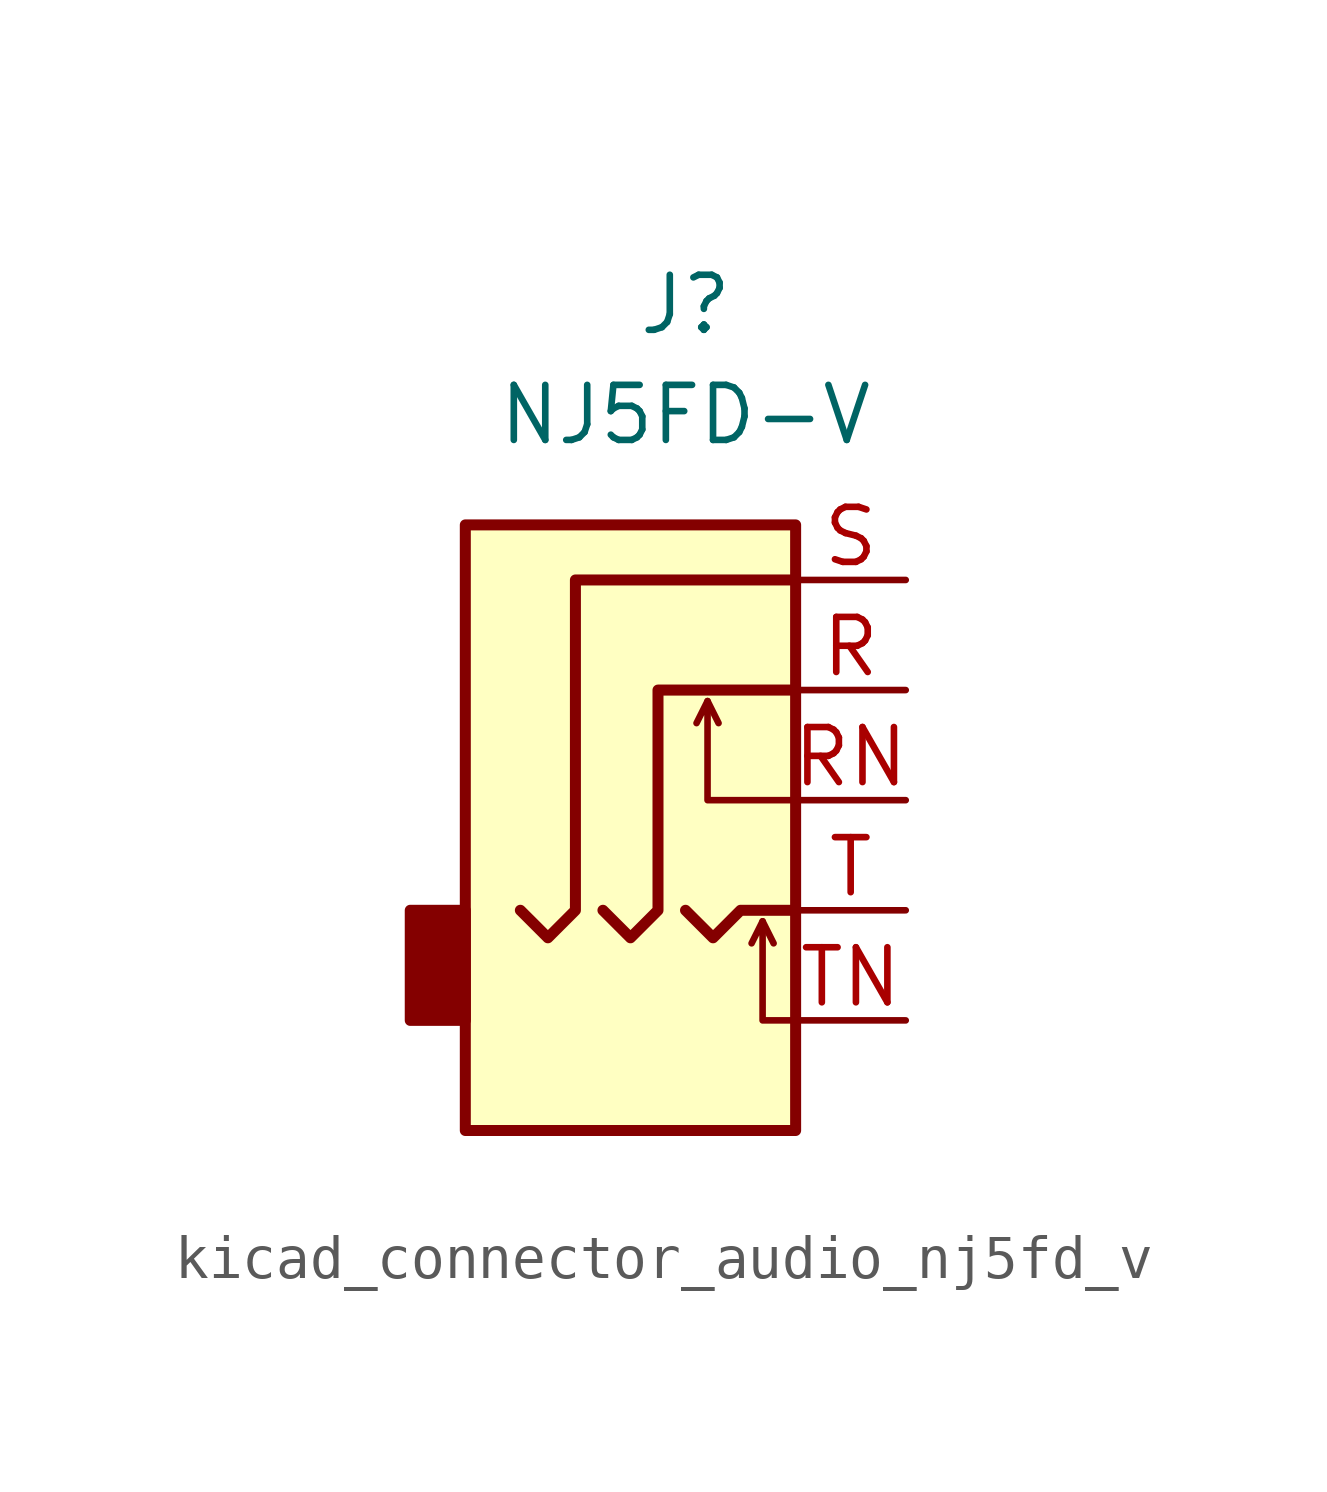
<source format=kicad_sym>
(kicad_symbol_lib
  (version 20220914)
  (generator kicad_symbol_editor)
  (symbol "kicad_connector_audio_nj5fd_v"
    (property "Reference" "J"
      (at 0 8.89 0)
      (effects (font (size 1.27 1.27))))
    (property "Value" "NJ5FD-V"
      (at 0 6.35 0)
      (effects (font (size 1.27 1.27))))
    (symbol "kicad_connector_audio_nj5fd_v_0_1"
      (rectangle (start -5.08 -5.08) (end -6.35 -7.62) (stroke (width 0.254) (type default)) (fill (type outline)))
      (polyline (pts (xy 0.508 -0.254) (xy 0.762 -0.762)) (stroke (width 0) (type default)) (fill (type none)))
      (polyline (pts (xy 1.778 -5.334) (xy 2.032 -5.842)) (stroke (width 0) (type default)) (fill (type none)))
      (polyline (pts (xy 0 -5.08) (xy 0.635 -5.715) (xy 1.27 -5.08) (xy 2.54 -5.08)) (stroke (width 0.254) (type default)) (fill (type none)))
      (polyline (pts (xy 2.54 -7.62) (xy 1.778 -7.62) (xy 1.778 -5.334) (xy 1.524 -5.842)) (stroke (width 0) (type default)) (fill (type none)))
      (polyline (pts (xy 2.54 -2.54) (xy 0.508 -2.54) (xy 0.508 -0.254) (xy 0.254 -0.762)) (stroke (width 0) (type default)) (fill (type none)))
      (polyline (pts (xy -1.905 -5.08) (xy -1.27 -5.715) (xy -0.635 -5.08) (xy -0.635 0) (xy 2.54 0)) (stroke (width 0.254) (type default)) (fill (type none)))
      (polyline (pts (xy 2.54 2.54) (xy -2.54 2.54) (xy -2.54 -5.08) (xy -3.175 -5.715) (xy -3.81 -5.08)) (stroke (width 0.254) (type default)) (fill (type none)))
      (rectangle (start 2.54 3.81) (end -5.08 -10.16) (stroke (width 0.254) (type default)) (fill (type background))))
    (symbol "kicad_connector_audio_nj5fd_v_1_1"
      (pin passive line (at 5.08 0 180) (length 2.54) (name "~" (effects (font (size 1.27 1.27)))) (number "R" (effects (font (size 1.27 1.27)))))
      (pin passive line (at 5.08 -2.54 180) (length 2.54) (name "~" (effects (font (size 1.27 1.27)))) (number "RN" (effects (font (size 1.27 1.27)))))
      (pin passive line (at 5.08 2.54 180) (length 2.54) (name "~" (effects (font (size 1.27 1.27)))) (number "S" (effects (font (size 1.27 1.27)))))
      (pin passive line (at 5.08 -5.08 180) (length 2.54) (name "~" (effects (font (size 1.27 1.27)))) (number "T" (effects (font (size 1.27 1.27)))))
      (pin passive line (at 5.08 -7.62 180) (length 2.54) (name "~" (effects (font (size 1.27 1.27)))) (number "TN" (effects (font (size 1.27 1.27))))))))
</source>
